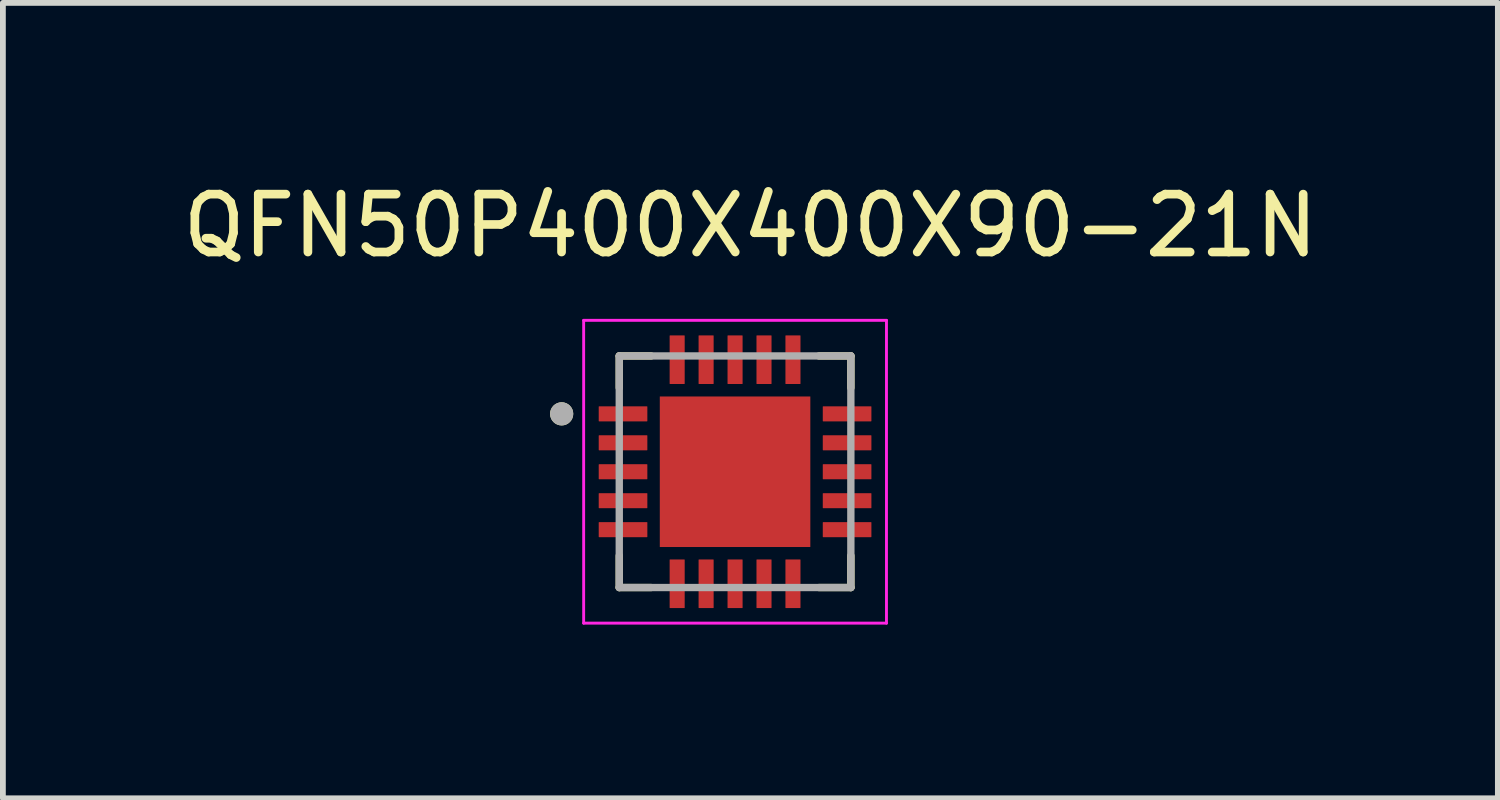
<source format=kicad_pcb>
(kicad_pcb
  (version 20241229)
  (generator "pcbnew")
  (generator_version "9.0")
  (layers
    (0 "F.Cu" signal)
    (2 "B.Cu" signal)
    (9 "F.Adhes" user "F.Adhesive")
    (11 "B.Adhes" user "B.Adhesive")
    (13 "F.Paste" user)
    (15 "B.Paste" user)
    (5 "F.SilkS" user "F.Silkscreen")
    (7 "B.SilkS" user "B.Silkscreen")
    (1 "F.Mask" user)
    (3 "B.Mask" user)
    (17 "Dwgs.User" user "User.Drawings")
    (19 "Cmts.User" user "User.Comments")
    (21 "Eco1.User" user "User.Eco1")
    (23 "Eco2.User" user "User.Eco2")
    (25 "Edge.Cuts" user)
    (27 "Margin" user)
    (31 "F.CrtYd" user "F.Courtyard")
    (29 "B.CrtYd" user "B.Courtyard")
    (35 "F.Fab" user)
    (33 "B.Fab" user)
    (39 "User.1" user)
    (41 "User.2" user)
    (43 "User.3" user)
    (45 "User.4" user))
  (footprint "QFN50P400X400X90-21N"
    (layer "F.Cu")
    (at 9.646 5.098)
    (property "Reference" "QFN50P400X400X90-21N" (at 0.265 -4.25 0) (layer "F.SilkS") (effects (font (size 1 1) (thickness 0.15))))
    (attr through_hole)
    (fp_line (start -2 -2) (end -2 -1.45) (stroke (width 0.127) (type solid)) (layer "F.SilkS"))
    (fp_line (start -2 -2) (end -1.45 -2) (stroke (width 0.127) (type solid)) (layer "F.SilkS"))
    (fp_line (start -2 2) (end -2 1.45) (stroke (width 0.127) (type solid)) (layer "F.SilkS"))
    (fp_line (start -2 2) (end -1.45 2) (stroke (width 0.127) (type solid)) (layer "F.SilkS"))
    (fp_line (start 2 -2) (end 1.45 -2) (stroke (width 0.127) (type solid)) (layer "F.SilkS"))
    (fp_line (start 2 -2) (end 2 -1.45) (stroke (width 0.127) (type solid)) (layer "F.SilkS"))
    (fp_line (start 2 2) (end 1.45 2) (stroke (width 0.127) (type solid)) (layer "F.SilkS"))
    (fp_line (start 2 2) (end 2 1.45) (stroke (width 0.127) (type solid)) (layer "F.SilkS"))
    (fp_circle (center -2.995 -1) (end -2.895 -1) (stroke (width 0.2) (type solid)) (fill no) (layer "F.SilkS"))
    (fp_poly (pts (xy -0.82 -0.82) (xy 0.82 -0.82) (xy 0.82 0.82) (xy -0.82 0.82)) (stroke (width 0.01) (type solid)) (fill yes) (layer "F.Paste"))
    (fp_line (start -2.615 -2.615) (end 2.615 -2.615) (stroke (width 0.05) (type solid)) (layer "F.CrtYd"))
    (fp_line (start -2.615 2.615) (end -2.615 -2.615) (stroke (width 0.05) (type solid)) (layer "F.CrtYd"))
    (fp_line (start -2.615 2.615) (end 2.615 2.615) (stroke (width 0.05) (type solid)) (layer "F.CrtYd"))
    (fp_line (start 2.615 2.615) (end 2.615 -2.615) (stroke (width 0.05) (type solid)) (layer "F.CrtYd"))
    (fp_line (start -2 2) (end -2 -2) (stroke (width 0.127) (type solid)) (layer "F.Fab"))
    (fp_line (start 2 -2) (end -2 -2) (stroke (width 0.127) (type solid)) (layer "F.Fab"))
    (fp_line (start 2 2) (end -2 2) (stroke (width 0.127) (type solid)) (layer "F.Fab"))
    (fp_line (start 2 2) (end 2 -2) (stroke (width 0.127) (type solid)) (layer "F.Fab"))
    (fp_circle (center -2.995 -1) (end -2.895 -1) (stroke (width 0.2) (type solid)) (fill no) (layer "F.Fab"))
    (pad "1" smd roundrect (at -1.935 -1) (size 0.84 0.26) (layers "F.Cu" "F.Mask" "F.Paste") (roundrect_rratio 0.03))
    (pad "2" smd roundrect (at -1.935 -0.5) (size 0.84 0.26) (layers "F.Cu" "F.Mask" "F.Paste") (roundrect_rratio 0.03))
    (pad "3" smd roundrect (at -1.935 0) (size 0.84 0.26) (layers "F.Cu" "F.Mask" "F.Paste") (roundrect_rratio 0.03))
    (pad "4" smd roundrect (at -1.935 0.5) (size 0.84 0.26) (layers "F.Cu" "F.Mask" "F.Paste") (roundrect_rratio 0.03))
    (pad "5" smd roundrect (at -1.935 1) (size 0.84 0.26) (layers "F.Cu" "F.Mask" "F.Paste") (roundrect_rratio 0.03))
    (pad "6" smd roundrect (at -1 1.935 90) (size 0.84 0.26) (layers "F.Cu" "F.Mask" "F.Paste") (roundrect_rratio 0.03))
    (pad "7" smd roundrect (at -0.5 1.935 90) (size 0.84 0.26) (layers "F.Cu" "F.Mask" "F.Paste") (roundrect_rratio 0.03))
    (pad "8" smd roundrect (at 0 1.935 90) (size 0.84 0.26) (layers "F.Cu" "F.Mask" "F.Paste") (roundrect_rratio 0.03))
    (pad "9" smd roundrect (at 0.5 1.935 90) (size 0.84 0.26) (layers "F.Cu" "F.Mask" "F.Paste") (roundrect_rratio 0.03))
    (pad "10" smd roundrect (at 1 1.935 90) (size 0.84 0.26) (layers "F.Cu" "F.Mask" "F.Paste") (roundrect_rratio 0.03))
    (pad "11" smd roundrect (at 1.935 1) (size 0.84 0.26) (layers "F.Cu" "F.Mask" "F.Paste") (roundrect_rratio 0.03))
    (pad "12" smd roundrect (at 1.935 0.5) (size 0.84 0.26) (layers "F.Cu" "F.Mask" "F.Paste") (roundrect_rratio 0.03))
    (pad "13" smd roundrect (at 1.935 0) (size 0.84 0.26) (layers "F.Cu" "F.Mask" "F.Paste") (roundrect_rratio 0.03))
    (pad "14" smd roundrect (at 1.935 -0.5) (size 0.84 0.26) (layers "F.Cu" "F.Mask" "F.Paste") (roundrect_rratio 0.03))
    (pad "15" smd roundrect (at 1.935 -1) (size 0.84 0.26) (layers "F.Cu" "F.Mask" "F.Paste") (roundrect_rratio 0.03))
    (pad "16" smd roundrect (at 1 -1.935 90) (size 0.84 0.26) (layers "F.Cu" "F.Mask" "F.Paste") (roundrect_rratio 0.03))
    (pad "17" smd roundrect (at 0.5 -1.935 90) (size 0.84 0.26) (layers "F.Cu" "F.Mask" "F.Paste") (roundrect_rratio 0.03))
    (pad "18" smd roundrect (at 0 -1.935 90) (size 0.84 0.26) (layers "F.Cu" "F.Mask" "F.Paste") (roundrect_rratio 0.03))
    (pad "19" smd roundrect (at -0.5 -1.935 90) (size 0.84 0.26) (layers "F.Cu" "F.Mask" "F.Paste") (roundrect_rratio 0.03))
    (pad "20" smd roundrect (at -1 -1.935 90) (size 0.84 0.26) (layers "F.Cu" "F.Mask" "F.Paste") (roundrect_rratio 0.03))
    (pad "21" smd rect (at 0 0) (size 2.6 2.6) (layers "F.Cu" "F.Mask")))
  (gr_rect
    (start -3 -3)
    (end 22.821 10.738)
    (stroke (width 0.1) (type default))
    (fill no)
    (layer "Edge.Cuts")))
</source>
